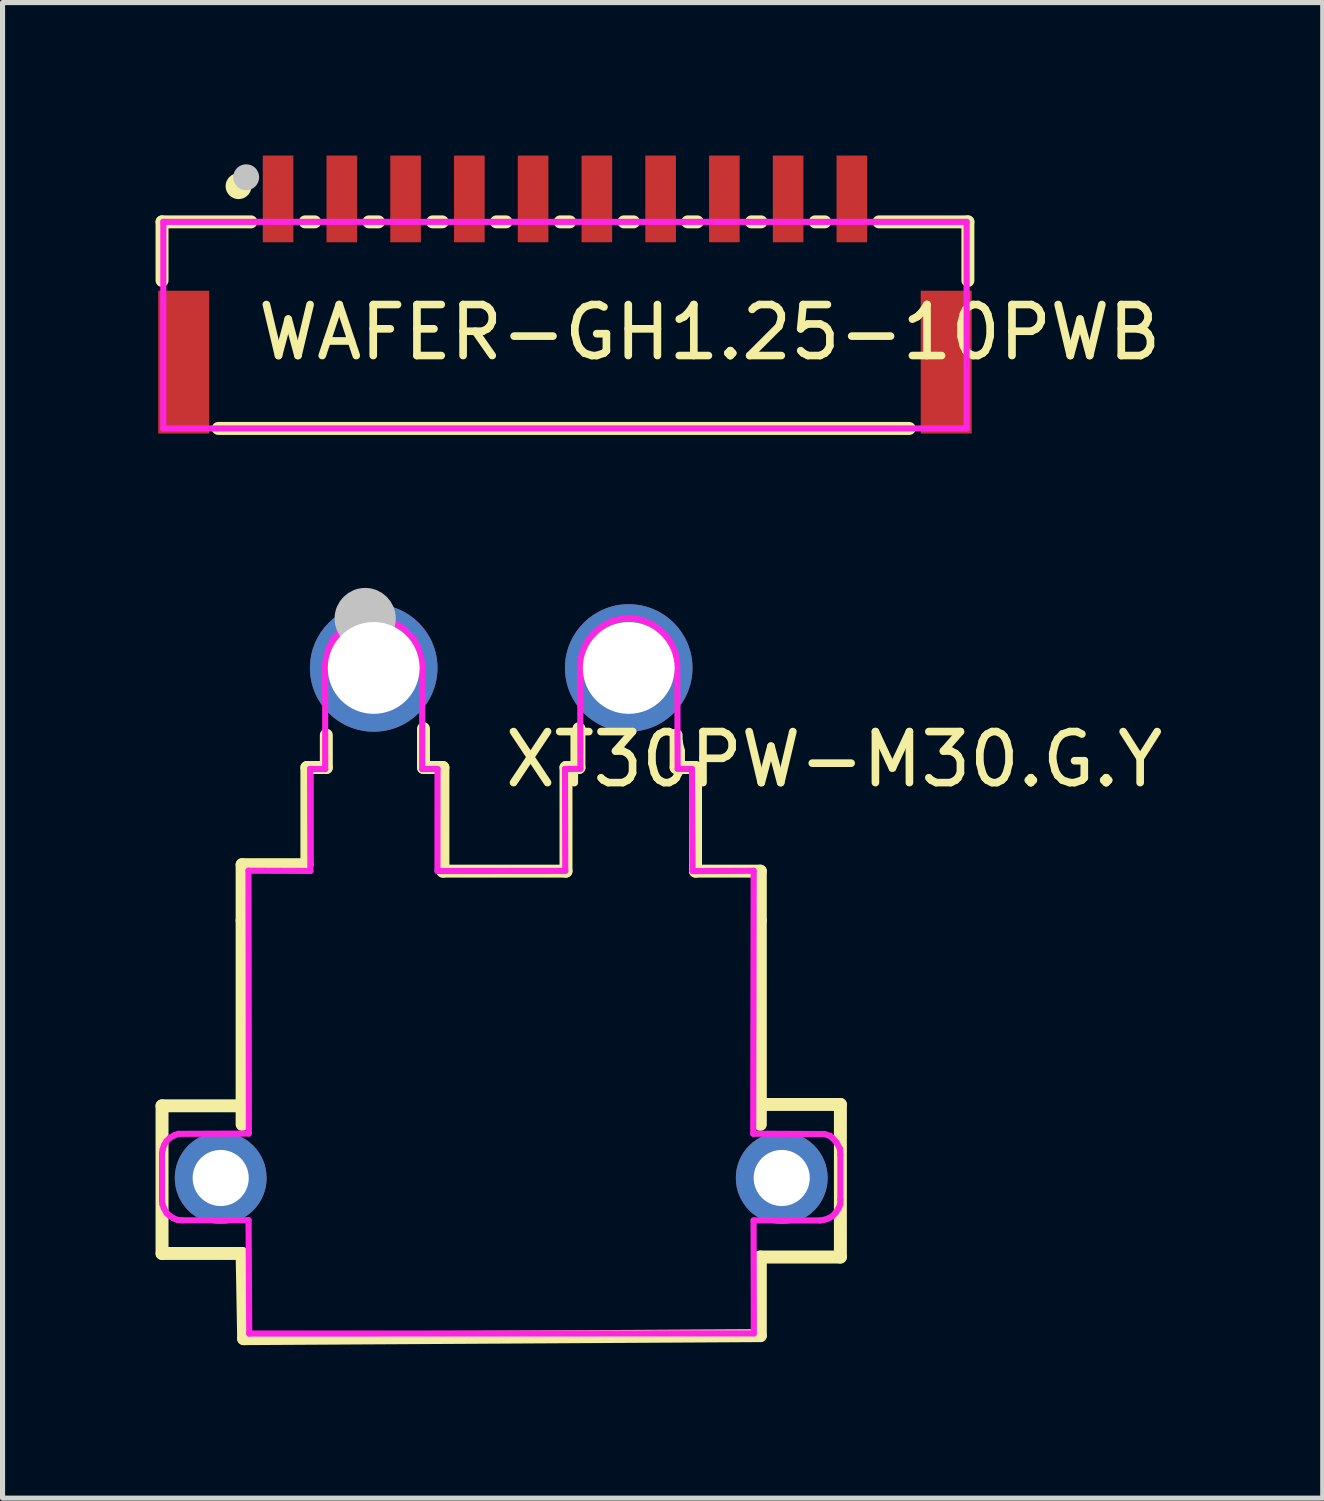
<source format=kicad_pcb>
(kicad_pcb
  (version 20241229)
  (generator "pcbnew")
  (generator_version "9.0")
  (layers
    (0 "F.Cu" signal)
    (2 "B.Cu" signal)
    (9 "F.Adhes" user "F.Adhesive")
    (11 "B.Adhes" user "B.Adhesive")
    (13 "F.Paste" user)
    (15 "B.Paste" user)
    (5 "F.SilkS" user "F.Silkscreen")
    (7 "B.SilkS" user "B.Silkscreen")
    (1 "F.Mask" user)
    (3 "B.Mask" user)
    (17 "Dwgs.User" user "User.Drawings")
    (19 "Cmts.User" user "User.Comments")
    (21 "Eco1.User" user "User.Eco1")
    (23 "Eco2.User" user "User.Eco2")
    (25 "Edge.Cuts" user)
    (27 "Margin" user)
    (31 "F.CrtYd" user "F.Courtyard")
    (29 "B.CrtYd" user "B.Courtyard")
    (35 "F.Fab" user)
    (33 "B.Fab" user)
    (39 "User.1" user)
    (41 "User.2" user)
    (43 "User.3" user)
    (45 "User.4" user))
  (footprint "XT30PW-M30.G.Y"
    (layer "F.Cu")
    (at 6.777 15.046)
    (property "Reference" "XT30PW-M30.G.Y" (at 0 -3.207 0) (layer "F.SilkS") (effects (font (size 1 1) (thickness 0.15)) (justify left)))
    (attr through_hole)
    (fp_line (start -6.65 3.585) (end -6.65 6.48) (stroke (width 0.254) (type solid)) (layer "F.SilkS"))
    (fp_line (start -6.65 3.585) (end -5.08 3.585) (stroke (width 0.254) (type solid)) (layer "F.SilkS"))
    (fp_line (start -6.65 6.48) (end -5.08 6.48) (stroke (width 0.254) (type solid)) (layer "F.SilkS"))
    (fp_line (start -5.08 -1.143) (end -5.08 -0.047) (stroke (width 0.254) (type solid)) (layer "F.SilkS"))
    (fp_line (start -5.08 3.95) (end -5.08 -0.047) (stroke (width 0.254) (type solid)) (layer "F.SilkS"))
    (fp_line (start -5.08 6.481) (end -5.05 8.15) (stroke (width 0.254) (type solid)) (layer "F.SilkS"))
    (fp_line (start -5.05 8.15) (end 5.08 8.091) (stroke (width 0.254) (type solid)) (layer "F.SilkS"))
    (fp_line (start -3.81 -3.048) (end -3.81 -1.143) (stroke (width 0.254) (type solid)) (layer "F.SilkS"))
    (fp_line (start -3.81 -1.143) (end -5.08 -1.143) (stroke (width 0.254) (type solid)) (layer "F.SilkS"))
    (fp_line (start -3.429 -3.683) (end -3.429 -3.048) (stroke (width 0.254) (type solid)) (layer "F.SilkS"))
    (fp_line (start -3.429 -3.048) (end -3.81 -3.048) (stroke (width 0.254) (type solid)) (layer "F.SilkS"))
    (fp_line (start -1.524 -3.81) (end -1.524 -3.048) (stroke (width 0.254) (type solid)) (layer "F.SilkS"))
    (fp_line (start -1.524 -3.048) (end -1.143 -3.048) (stroke (width 0.254) (type solid)) (layer "F.SilkS"))
    (fp_line (start -1.143 -3.048) (end -1.143 -1.016) (stroke (width 0.254) (type solid)) (layer "F.SilkS"))
    (fp_line (start -1.143 -1.016) (end 1.27 -1.016) (stroke (width 0.254) (type solid)) (layer "F.SilkS"))
    (fp_line (start 1.27 -3.048) (end 1.524 -3.048) (stroke (width 0.254) (type solid)) (layer "F.SilkS"))
    (fp_line (start 1.27 -1.016) (end 1.27 -3.048) (stroke (width 0.254) (type solid)) (layer "F.SilkS"))
    (fp_line (start 1.524 -3.048) (end 1.524 -3.81) (stroke (width 0.254) (type solid)) (layer "F.SilkS"))
    (fp_line (start 3.429 -3.683) (end 3.429 -3.048) (stroke (width 0.254) (type solid)) (layer "F.SilkS"))
    (fp_line (start 3.429 -3.048) (end 3.81 -3.048) (stroke (width 0.254) (type solid)) (layer "F.SilkS"))
    (fp_line (start 3.81 -3.048) (end 3.81 -1.016) (stroke (width 0.254) (type solid)) (layer "F.SilkS"))
    (fp_line (start 3.81 -1.016) (end 5.08 -1.016) (stroke (width 0.254) (type solid)) (layer "F.SilkS"))
    (fp_line (start 5.08 -1.016) (end 5.08 -0.047) (stroke (width 0.254) (type solid)) (layer "F.SilkS"))
    (fp_line (start 5.08 3.559) (end 6.65 3.559) (stroke (width 0.254) (type solid)) (layer "F.SilkS"))
    (fp_line (start 5.08 3.95) (end 5.08 -0.047) (stroke (width 0.254) (type solid)) (layer "F.SilkS"))
    (fp_line (start 5.08 6.55) (end 6.65 6.55) (stroke (width 0.254) (type solid)) (layer "F.SilkS"))
    (fp_line (start 5.08 8.091) (end 5.08 6.549) (stroke (width 0.254) (type solid)) (layer "F.SilkS"))
    (fp_line (start 6.65 3.559) (end 6.65 6.55) (stroke (width 0.254) (type solid)) (layer "F.SilkS"))
    (fp_circle (center -2.667 -5.969) (end -2.367 -5.969) (stroke (width 0.6) (type solid)) (fill no) (layer "Dwgs.User"))
    (fp_circle (center -6.65 -5.971) (end -6.62 -5.971) (stroke (width 0.06) (type solid)) (fill no) (layer "Eco2.User"))
    (fp_circle (center -5.5 5) (end -5.313 5) (stroke (width 0.375) (type solid)) (fill no) (layer "Eco2.User"))
    (fp_circle (center -2.5 -5) (end -2.175 -5) (stroke (width 0.65) (type solid)) (fill no) (layer "Eco2.User"))
    (fp_circle (center 2.5 -5) (end 2.825 -5) (stroke (width 0.65) (type solid)) (fill no) (layer "Eco2.User"))
    (fp_circle (center 5.5 5) (end 5.687 5) (stroke (width 0.375) (type solid)) (fill no) (layer "Eco2.User"))
    (fp_line (start -6.65 4.515) (end -6.638 4.442) (stroke (width 0.12) (type solid)) (layer "F.CrtYd"))
    (fp_line (start -6.65 5.44) (end -6.65 4.515) (stroke (width 0.12) (type solid)) (layer "F.CrtYd"))
    (fp_line (start -6.641 5.518) (end -6.65 5.44) (stroke (width 0.12) (type solid)) (layer "F.CrtYd"))
    (fp_line (start -6.638 4.442) (end -6.61 4.358) (stroke (width 0.12) (type solid)) (layer "F.CrtYd"))
    (fp_line (start -6.614 5.592) (end -6.641 5.518) (stroke (width 0.12) (type solid)) (layer "F.CrtYd"))
    (fp_line (start -6.61 4.358) (end -6.561 4.275) (stroke (width 0.12) (type solid)) (layer "F.CrtYd"))
    (fp_line (start -6.565 5.683) (end -6.614 5.592) (stroke (width 0.12) (type solid)) (layer "F.CrtYd"))
    (fp_line (start -6.561 4.275) (end -6.501 4.217) (stroke (width 0.12) (type solid)) (layer "F.CrtYd"))
    (fp_line (start -6.507 5.736) (end -6.565 5.683) (stroke (width 0.12) (type solid)) (layer "F.CrtYd"))
    (fp_line (start -6.501 4.217) (end -6.414 4.166) (stroke (width 0.12) (type solid)) (layer "F.CrtYd"))
    (fp_line (start -6.429 5.788) (end -6.507 5.736) (stroke (width 0.12) (type solid)) (layer "F.CrtYd"))
    (fp_line (start -6.414 4.166) (end -6.335 4.135) (stroke (width 0.12) (type solid)) (layer "F.CrtYd"))
    (fp_line (start -6.345 5.823) (end -6.429 5.788) (stroke (width 0.12) (type solid)) (layer "F.CrtYd"))
    (fp_line (start -6.335 4.135) (end -4.948 4.129) (stroke (width 0.12) (type solid)) (layer "F.CrtYd"))
    (fp_line (start -6.251 5.83) (end -6.345 5.823) (stroke (width 0.12) (type solid)) (layer "F.CrtYd"))
    (fp_line (start -4.955 -1.025) (end -3.741 -1.02) (stroke (width 0.12) (type solid)) (layer "F.CrtYd"))
    (fp_line (start -4.954 5.827) (end -6.251 5.83) (stroke (width 0.12) (type solid)) (layer "F.CrtYd"))
    (fp_line (start -4.948 4.129) (end -4.955 -1.025) (stroke (width 0.12) (type solid)) (layer "F.CrtYd"))
    (fp_line (start -4.94 8.05) (end -4.954 5.827) (stroke (width 0.12) (type solid)) (layer "F.CrtYd"))
    (fp_line (start -3.748 -3.02) (end -3.451 -3.017) (stroke (width 0.12) (type solid)) (layer "F.CrtYd"))
    (fp_line (start -3.741 -1.02) (end -3.748 -3.02) (stroke (width 0.12) (type solid)) (layer "F.CrtYd"))
    (fp_line (start -3.451 -5.092) (end -3.42 -5.253) (stroke (width 0.12) (type solid)) (layer "F.CrtYd"))
    (fp_line (start -3.451 -3.017) (end -3.451 -5.092) (stroke (width 0.12) (type solid)) (layer "F.CrtYd"))
    (fp_line (start -3.42 -5.253) (end -3.371 -5.397) (stroke (width 0.12) (type solid)) (layer "F.CrtYd"))
    (fp_line (start -3.371 -5.397) (end -3.351 -5.436) (stroke (width 0.12) (type solid)) (layer "F.CrtYd"))
    (fp_line (start -3.351 -5.437) (end -3.305 -5.543) (stroke (width 0.12) (type solid)) (layer "F.CrtYd"))
    (fp_line (start -3.351 -5.436) (end -3.351 -5.437) (stroke (width 0.12) (type solid)) (layer "F.CrtYd"))
    (fp_line (start -3.305 -5.543) (end -3.187 -5.665) (stroke (width 0.12) (type solid)) (layer "F.CrtYd"))
    (fp_line (start -3.187 -5.665) (end -3.084 -5.774) (stroke (width 0.12) (type solid)) (layer "F.CrtYd"))
    (fp_line (start -3.084 -5.774) (end -2.947 -5.858) (stroke (width 0.12) (type solid)) (layer "F.CrtYd"))
    (fp_line (start -2.947 -5.858) (end -2.81 -5.919) (stroke (width 0.12) (type solid)) (layer "F.CrtYd"))
    (fp_line (start -2.81 -5.919) (end -2.665 -5.963) (stroke (width 0.12) (type solid)) (layer "F.CrtYd"))
    (fp_line (start -2.665 -5.963) (end -2.489 -5.97) (stroke (width 0.12) (type solid)) (layer "F.CrtYd"))
    (fp_line (start -2.489 -5.97) (end -2.348 -5.959) (stroke (width 0.12) (type solid)) (layer "F.CrtYd"))
    (fp_line (start -2.348 -5.959) (end -2.195 -5.919) (stroke (width 0.12) (type solid)) (layer "F.CrtYd"))
    (fp_line (start -2.195 -5.919) (end -2.046 -5.856) (stroke (width 0.12) (type solid)) (layer "F.CrtYd"))
    (fp_line (start -2.046 -5.856) (end -1.914 -5.769) (stroke (width 0.12) (type solid)) (layer "F.CrtYd"))
    (fp_line (start -1.914 -5.769) (end -1.803 -5.66) (stroke (width 0.12) (type solid)) (layer "F.CrtYd"))
    (fp_line (start -1.803 -5.66) (end -1.695 -5.535) (stroke (width 0.12) (type solid)) (layer "F.CrtYd"))
    (fp_line (start -1.695 -5.535) (end -1.627 -5.391) (stroke (width 0.12) (type solid)) (layer "F.CrtYd"))
    (fp_line (start -1.627 -5.391) (end -1.58 -5.246) (stroke (width 0.12) (type solid)) (layer "F.CrtYd"))
    (fp_line (start -1.58 -5.246) (end -1.548 -5.098) (stroke (width 0.12) (type solid)) (layer "F.CrtYd"))
    (fp_line (start -1.55 -3.019) (end -1.249 -3.019) (stroke (width 0.12) (type solid)) (layer "F.CrtYd"))
    (fp_line (start -1.548 -5.098) (end -1.55 -3.019) (stroke (width 0.12) (type solid)) (layer "F.CrtYd"))
    (fp_line (start -1.25 -1.018) (end 1.256 -1.021) (stroke (width 0.12) (type solid)) (layer "F.CrtYd"))
    (fp_line (start -1.249 -3.019) (end -1.25 -1.018) (stroke (width 0.12) (type solid)) (layer "F.CrtYd"))
    (fp_line (start 1.251 -3.019) (end 1.553 -3.022) (stroke (width 0.12) (type solid)) (layer "F.CrtYd"))
    (fp_line (start 1.256 -1.021) (end 1.251 -3.019) (stroke (width 0.12) (type solid)) (layer "F.CrtYd"))
    (fp_line (start 1.548 -5.092) (end 1.58 -5.254) (stroke (width 0.12) (type solid)) (layer "F.CrtYd"))
    (fp_line (start 1.553 -3.022) (end 1.548 -5.092) (stroke (width 0.12) (type solid)) (layer "F.CrtYd"))
    (fp_line (start 1.58 -5.254) (end 1.631 -5.405) (stroke (width 0.12) (type solid)) (layer "F.CrtYd"))
    (fp_line (start 1.631 -5.405) (end 1.702 -5.543) (stroke (width 0.12) (type solid)) (layer "F.CrtYd"))
    (fp_line (start 1.702 -5.543) (end 1.799 -5.659) (stroke (width 0.12) (type solid)) (layer "F.CrtYd"))
    (fp_line (start 1.799 -5.659) (end 1.921 -5.772) (stroke (width 0.12) (type solid)) (layer "F.CrtYd"))
    (fp_line (start 1.921 -5.772) (end 2.052 -5.859) (stroke (width 0.12) (type solid)) (layer "F.CrtYd"))
    (fp_line (start 2.052 -5.859) (end 2.182 -5.919) (stroke (width 0.12) (type solid)) (layer "F.CrtYd"))
    (fp_line (start 2.182 -5.919) (end 2.338 -5.96) (stroke (width 0.12) (type solid)) (layer "F.CrtYd"))
    (fp_line (start 2.338 -5.96) (end 2.489 -5.971) (stroke (width 0.12) (type solid)) (layer "F.CrtYd"))
    (fp_line (start 2.489 -5.971) (end 2.66 -5.961) (stroke (width 0.12) (type solid)) (layer "F.CrtYd"))
    (fp_line (start 2.66 -5.961) (end 2.815 -5.917) (stroke (width 0.12) (type solid)) (layer "F.CrtYd"))
    (fp_line (start 2.815 -5.917) (end 2.947 -5.861) (stroke (width 0.12) (type solid)) (layer "F.CrtYd"))
    (fp_line (start 2.947 -5.861) (end 3.077 -5.769) (stroke (width 0.12) (type solid)) (layer "F.CrtYd"))
    (fp_line (start 3.077 -5.769) (end 3.206 -5.656) (stroke (width 0.12) (type solid)) (layer "F.CrtYd"))
    (fp_line (start 3.206 -5.656) (end 3.3 -5.54) (stroke (width 0.12) (type solid)) (layer "F.CrtYd"))
    (fp_line (start 3.3 -5.54) (end 3.367 -5.403) (stroke (width 0.12) (type solid)) (layer "F.CrtYd"))
    (fp_line (start 3.367 -5.403) (end 3.419 -5.257) (stroke (width 0.12) (type solid)) (layer "F.CrtYd"))
    (fp_line (start 3.419 -5.257) (end 3.452 -5.104) (stroke (width 0.12) (type solid)) (layer "F.CrtYd"))
    (fp_line (start 3.452 -5.104) (end 3.459 -3.022) (stroke (width 0.12) (type solid)) (layer "F.CrtYd"))
    (fp_line (start 3.459 -3.022) (end 3.74 -3.018) (stroke (width 0.12) (type solid)) (layer "F.CrtYd"))
    (fp_line (start 3.74 -3.018) (end 3.752 -1.017) (stroke (width 0.12) (type solid)) (layer "F.CrtYd"))
    (fp_line (start 3.752 -1.017) (end 4.95 -1.023) (stroke (width 0.12) (type solid)) (layer "F.CrtYd"))
    (fp_line (start 4.941 4.132) (end 6.343 4.139) (stroke (width 0.12) (type solid)) (layer "F.CrtYd"))
    (fp_line (start 4.948 5.832) (end 4.953 8.047) (stroke (width 0.12) (type solid)) (layer "F.CrtYd"))
    (fp_line (start 4.95 -1.023) (end 4.941 4.132) (stroke (width 0.12) (type solid)) (layer "F.CrtYd"))
    (fp_line (start 4.953 8.047) (end -4.94 8.05) (stroke (width 0.12) (type solid)) (layer "F.CrtYd"))
    (fp_line (start 6.25 5.833) (end 4.948 5.832) (stroke (width 0.12) (type solid)) (layer "F.CrtYd"))
    (fp_line (start 6.333 5.82) (end 6.25 5.833) (stroke (width 0.12) (type solid)) (layer "F.CrtYd"))
    (fp_line (start 6.343 4.139) (end 6.448 4.176) (stroke (width 0.12) (type solid)) (layer "F.CrtYd"))
    (fp_line (start 6.415 5.793) (end 6.333 5.82) (stroke (width 0.12) (type solid)) (layer "F.CrtYd"))
    (fp_line (start 6.448 4.176) (end 6.492 4.214) (stroke (width 0.12) (type solid)) (layer "F.CrtYd"))
    (fp_line (start 6.492 4.214) (end 6.57 4.298) (stroke (width 0.12) (type solid)) (layer "F.CrtYd"))
    (fp_line (start 6.493 5.75) (end 6.415 5.793) (stroke (width 0.12) (type solid)) (layer "F.CrtYd"))
    (fp_line (start 6.554 5.686) (end 6.493 5.75) (stroke (width 0.12) (type solid)) (layer "F.CrtYd"))
    (fp_line (start 6.57 4.298) (end 6.644 4.43) (stroke (width 0.12) (type solid)) (layer "F.CrtYd"))
    (fp_line (start 6.611 5.601) (end 6.554 5.686) (stroke (width 0.12) (type solid)) (layer "F.CrtYd"))
    (fp_line (start 6.644 4.43) (end 6.65 4.549) (stroke (width 0.12) (type solid)) (layer "F.CrtYd"))
    (fp_line (start 6.65 4.549) (end 6.65 5.419) (stroke (width 0.12) (type solid)) (layer "F.CrtYd"))
    (fp_line (start 6.65 5.419) (end 6.65 5.51) (stroke (width 0.12) (type solid)) (layer "F.CrtYd"))
    (fp_line (start 6.65 5.51) (end 6.611 5.601) (stroke (width 0.12) (type solid)) (layer "F.CrtYd"))
    (pad "1" thru_hole circle (at -2.5 -5) (size 2.5 2.5) (drill 1.8) (layers "*.Cu" "*.Mask"))
    (pad "2" thru_hole circle (at 2.5 -5) (size 2.5 2.5) (drill 1.8) (layers "*.Cu" "*.Mask"))
    (pad "3" thru_hole circle (at 5.5 5) (size 1.8 1.8) (drill 1.1) (layers "*.Cu" "*.Mask"))
    (pad "4" thru_hole circle (at -5.5 5) (size 1.8 1.8) (drill 1.1) (layers "*.Cu" "*.Mask")))
  (footprint "WAFER-GH1.25-10PWB"
    (layer "F.Cu")
    (at 8.027 2.45)
    (property "Reference" "WAFER-GH1.25-10PWB" (at -6.096 1.016 0) (layer "F.SilkS") (effects (font (size 1 1) (thickness 0.15)) (justify left)))
    (attr through_hole)
    (fp_line (start -7.9 -1.15) (end -7.9 0) (stroke (width 0.254) (type solid)) (layer "F.SilkS"))
    (fp_line (start -7.9 -1.15) (end -6.156 -1.15) (stroke (width 0.254) (type solid)) (layer "F.SilkS"))
    (fp_line (start -6.8 2.9) (end 6.75 2.9) (stroke (width 0.254) (type solid)) (layer "F.SilkS"))
    (fp_line (start -5.094 -1.15) (end -4.906 -1.15) (stroke (width 0.254) (type solid)) (layer "F.SilkS"))
    (fp_line (start -3.844 -1.15) (end -3.656 -1.15) (stroke (width 0.254) (type solid)) (layer "F.SilkS"))
    (fp_line (start -2.594 -1.15) (end -2.406 -1.15) (stroke (width 0.254) (type solid)) (layer "F.SilkS"))
    (fp_line (start -1.344 -1.15) (end -1.156 -1.15) (stroke (width 0.254) (type solid)) (layer "F.SilkS"))
    (fp_line (start -0.094 -1.15) (end 0.094 -1.15) (stroke (width 0.254) (type solid)) (layer "F.SilkS"))
    (fp_line (start 1.156 -1.15) (end 1.344 -1.15) (stroke (width 0.254) (type solid)) (layer "F.SilkS"))
    (fp_line (start 2.406 -1.15) (end 2.594 -1.15) (stroke (width 0.254) (type solid)) (layer "F.SilkS"))
    (fp_line (start 3.656 -1.15) (end 3.844 -1.15) (stroke (width 0.254) (type solid)) (layer "F.SilkS"))
    (fp_line (start 4.906 -1.15) (end 5.094 -1.15) (stroke (width 0.254) (type solid)) (layer "F.SilkS"))
    (fp_line (start 6.156 -1.15) (end 7.9 -1.15) (stroke (width 0.254) (type solid)) (layer "F.SilkS"))
    (fp_line (start 7.9 -1.15) (end 7.9 0) (stroke (width 0.254) (type solid)) (layer "F.SilkS"))
    (fp_circle (center -6.4 -1.85) (end -6.273 -1.85) (stroke (width 0.254) (type solid)) (fill no) (layer "F.SilkS"))
    (fp_circle (center -6.25 -2.025) (end -6.123 -2.025) (stroke (width 0.254) (type solid)) (fill no) (layer "Dwgs.User"))
    (fp_circle (center -7.875 -2.1) (end -7.845 -2.1) (stroke (width 0.06) (type solid)) (fill no) (layer "Eco2.User"))
    (fp_poly (pts (xy -7.575 0.45) (xy -7.375 0.45) (xy -7.375 2.75) (xy -7.575 2.75)) (stroke (width 0.12) (type solid)) (fill no) (layer "Eco2.User"))
    (fp_poly (pts (xy -5.725 -2.1) (xy -5.525 -2.1) (xy -5.525 -1.1) (xy -5.725 -1.1)) (stroke (width 0.12) (type solid)) (fill no) (layer "Eco2.User"))
    (fp_poly (pts (xy -4.475 -2.1) (xy -4.275 -2.1) (xy -4.275 -1.1) (xy -4.475 -1.1)) (stroke (width 0.12) (type solid)) (fill no) (layer "Eco2.User"))
    (fp_poly (pts (xy -3.225 -2.1) (xy -3.025 -2.1) (xy -3.025 -1.1) (xy -3.225 -1.1)) (stroke (width 0.12) (type solid)) (fill no) (layer "Eco2.User"))
    (fp_poly (pts (xy -1.975 -2.1) (xy -1.775 -2.1) (xy -1.775 -1.1) (xy -1.975 -1.1)) (stroke (width 0.12) (type solid)) (fill no) (layer "Eco2.User"))
    (fp_poly (pts (xy -0.725 -2.1) (xy -0.525 -2.1) (xy -0.525 -1.1) (xy -0.725 -1.1)) (stroke (width 0.12) (type solid)) (fill no) (layer "Eco2.User"))
    (fp_poly (pts (xy 0.525 -2.1) (xy 0.725 -2.1) (xy 0.725 -1.1) (xy 0.525 -1.1)) (stroke (width 0.12) (type solid)) (fill no) (layer "Eco2.User"))
    (fp_poly (pts (xy 1.775 -2.1) (xy 1.975 -2.1) (xy 1.975 -1.1) (xy 1.775 -1.1)) (stroke (width 0.12) (type solid)) (fill no) (layer "Eco2.User"))
    (fp_poly (pts (xy 3.025 -2.1) (xy 3.225 -2.1) (xy 3.225 -1.1) (xy 3.025 -1.1)) (stroke (width 0.12) (type solid)) (fill no) (layer "Eco2.User"))
    (fp_poly (pts (xy 4.275 -2.1) (xy 4.475 -2.1) (xy 4.475 -1.1) (xy 4.275 -1.1)) (stroke (width 0.12) (type solid)) (fill no) (layer "Eco2.User"))
    (fp_poly (pts (xy 5.525 -2.1) (xy 5.725 -2.1) (xy 5.725 -1.1) (xy 5.525 -1.1)) (stroke (width 0.12) (type solid)) (fill no) (layer "Eco2.User"))
    (fp_poly (pts (xy 7.375 0.45) (xy 7.575 0.45) (xy 7.575 2.75) (xy 7.375 2.75)) (stroke (width 0.12) (type solid)) (fill no) (layer "Eco2.User"))
    (fp_line (start -7.875 -1.15) (end 7.875 -1.15) (stroke (width 0.12) (type solid)) (layer "F.CrtYd"))
    (fp_line (start -7.875 2.9) (end -7.875 -1.15) (stroke (width 0.12) (type solid)) (layer "F.CrtYd"))
    (fp_line (start 7.875 -1.15) (end 7.875 2.9) (stroke (width 0.12) (type solid)) (layer "F.CrtYd"))
    (fp_line (start 7.875 2.9) (end -7.875 2.9) (stroke (width 0.12) (type solid)) (layer "F.CrtYd"))
    (pad "1" smd rect (at -5.625 -1.6) (size 0.6 1.7) (layers "F.Cu" "F.Mask" "F.Paste"))
    (pad "2" smd rect (at -4.375 -1.6) (size 0.6 1.7) (layers "F.Cu" "F.Mask" "F.Paste"))
    (pad "3" smd rect (at -3.125 -1.6) (size 0.6 1.7) (layers "F.Cu" "F.Mask" "F.Paste"))
    (pad "4" smd rect (at -1.875 -1.6) (size 0.6 1.7) (layers "F.Cu" "F.Mask" "F.Paste"))
    (pad "5" smd rect (at -0.625 -1.6) (size 0.6 1.7) (layers "F.Cu" "F.Mask" "F.Paste"))
    (pad "6" smd rect (at 0.625 -1.6) (size 0.6 1.7) (layers "F.Cu" "F.Mask" "F.Paste"))
    (pad "7" smd rect (at 1.875 -1.6) (size 0.6 1.7) (layers "F.Cu" "F.Mask" "F.Paste"))
    (pad "8" smd rect (at 3.125 -1.6) (size 0.6 1.7) (layers "F.Cu" "F.Mask" "F.Paste"))
    (pad "9" smd rect (at 4.375 -1.6) (size 0.6 1.7) (layers "F.Cu" "F.Mask" "F.Paste"))
    (pad "10" smd rect (at 5.625 -1.6) (size 0.6 1.7) (layers "F.Cu" "F.Mask" "F.Paste"))
    (pad "11" smd rect (at 7.475 1.6) (size 1 2.8) (layers "F.Cu" "F.Mask" "F.Paste"))
    (pad "12" smd rect (at -7.475 1.6) (size 1 2.8) (layers "F.Cu" "F.Mask" "F.Paste")))
  (gr_rect
    (start -3 -3)
    (end 22.884 26.323)
    (stroke (width 0.1) (type default))
    (fill no)
    (layer "Edge.Cuts")))
</source>
